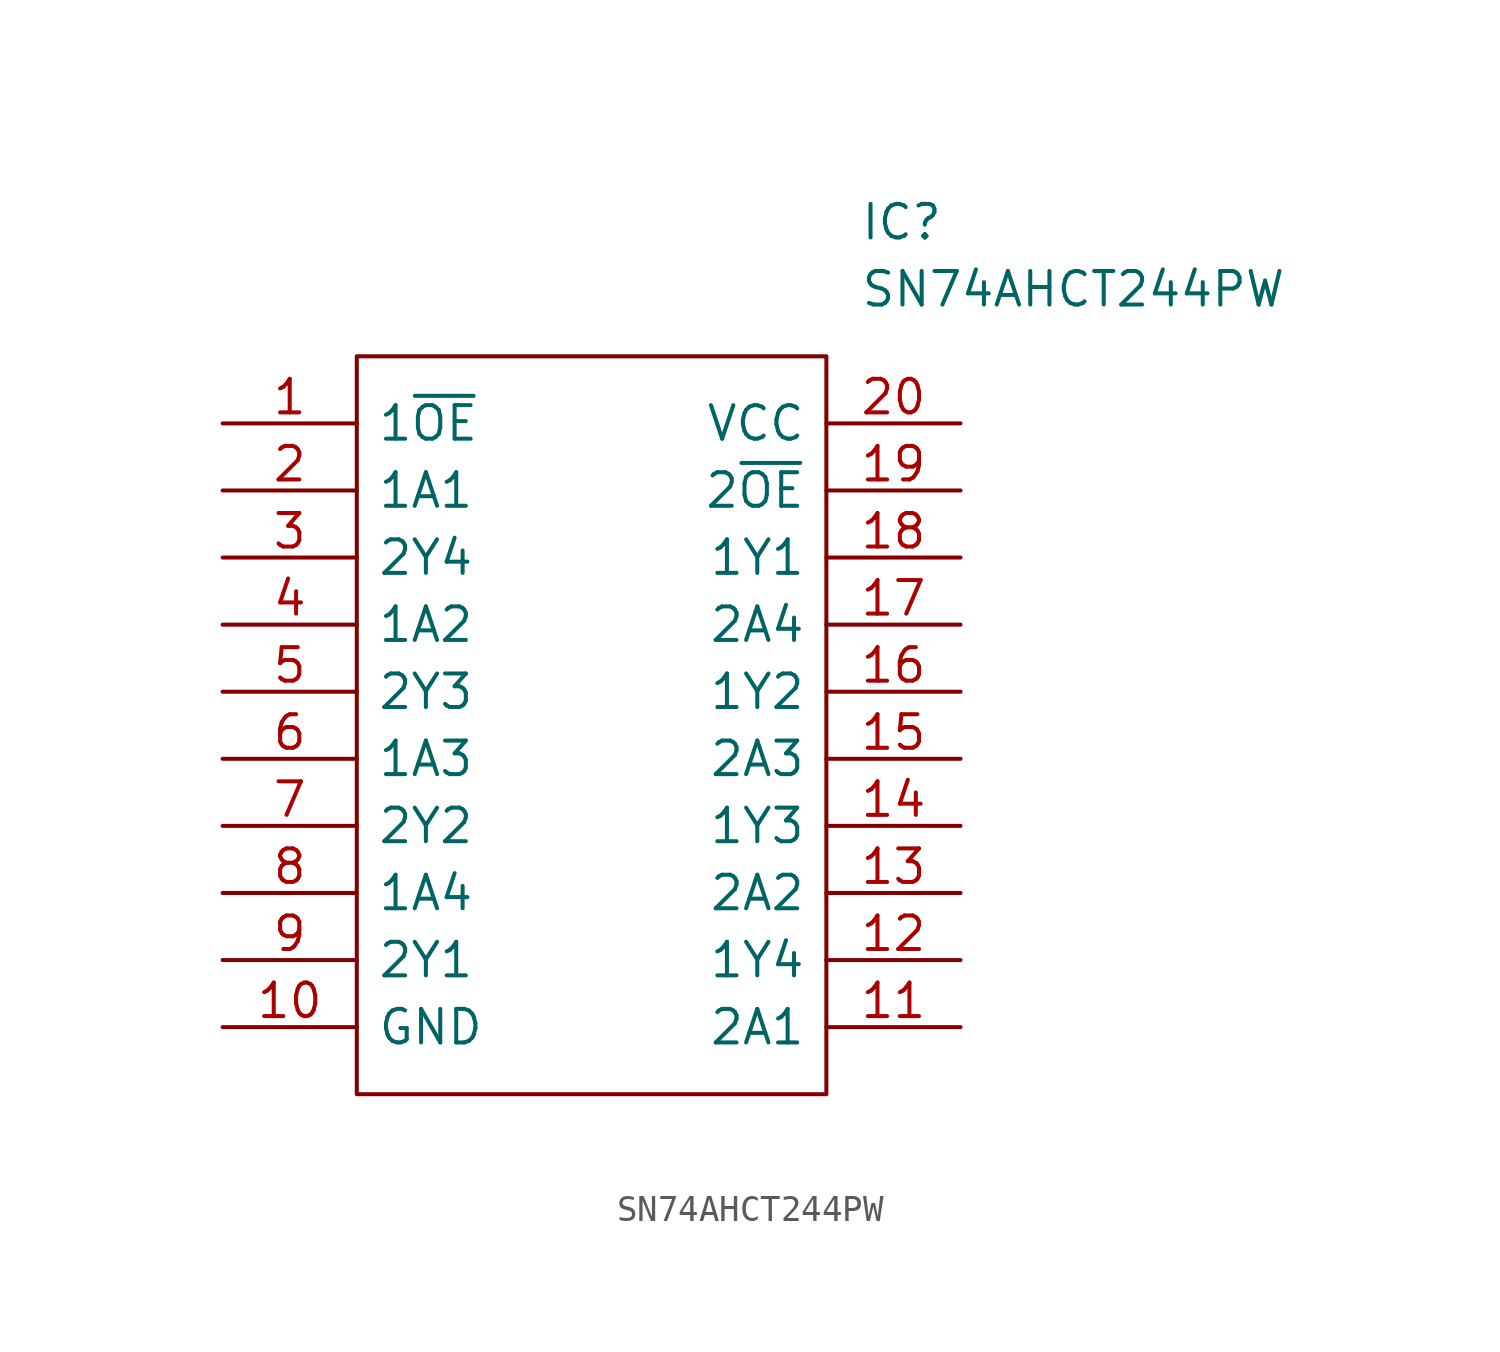
<source format=kicad_sym>
(kicad_symbol_lib
  (version 20211014)
  (generator kicad_symbol_editor)
  (symbol "SN74AHCT244PW"
    (pin_names
      (offset 0.762))
    (property "Reference" "IC"
      (at 24.13 7.62 0)
      (effects (font (size 1.27 1.27)) (justify left)))
    (property "Value" "SN74AHCT244PW"
      (at 24.13 5.08 0)
      (effects (font (size 1.27 1.27)) (justify left)))
    (symbol "SN74AHCT244PW_0_0"
      (pin passive line (at 0 0 0) (length 5.08) (name "1~{OE}" (effects (font (size 1.27 1.27)))) (number "1" (effects (font (size 1.27 1.27)))))
      (pin passive line (at 0 -22.86 0) (length 5.08) (name "GND" (effects (font (size 1.27 1.27)))) (number "10" (effects (font (size 1.27 1.27)))))
      (pin passive line (at 27.94 -22.86 180) (length 5.08) (name "2A1" (effects (font (size 1.27 1.27)))) (number "11" (effects (font (size 1.27 1.27)))))
      (pin passive line (at 27.94 -20.32 180) (length 5.08) (name "1Y4" (effects (font (size 1.27 1.27)))) (number "12" (effects (font (size 1.27 1.27)))))
      (pin passive line (at 27.94 -17.78 180) (length 5.08) (name "2A2" (effects (font (size 1.27 1.27)))) (number "13" (effects (font (size 1.27 1.27)))))
      (pin passive line (at 27.94 -15.24 180) (length 5.08) (name "1Y3" (effects (font (size 1.27 1.27)))) (number "14" (effects (font (size 1.27 1.27)))))
      (pin passive line (at 27.94 -12.7 180) (length 5.08) (name "2A3" (effects (font (size 1.27 1.27)))) (number "15" (effects (font (size 1.27 1.27)))))
      (pin passive line (at 27.94 -10.16 180) (length 5.08) (name "1Y2" (effects (font (size 1.27 1.27)))) (number "16" (effects (font (size 1.27 1.27)))))
      (pin passive line (at 27.94 -7.62 180) (length 5.08) (name "2A4" (effects (font (size 1.27 1.27)))) (number "17" (effects (font (size 1.27 1.27)))))
      (pin passive line (at 27.94 -5.08 180) (length 5.08) (name "1Y1" (effects (font (size 1.27 1.27)))) (number "18" (effects (font (size 1.27 1.27)))))
      (pin passive line (at 27.94 -2.54 180) (length 5.08) (name "2~{OE}" (effects (font (size 1.27 1.27)))) (number "19" (effects (font (size 1.27 1.27)))))
      (pin passive line (at 0 -2.54 0) (length 5.08) (name "1A1" (effects (font (size 1.27 1.27)))) (number "2" (effects (font (size 1.27 1.27)))))
      (pin passive line (at 27.94 0 180) (length 5.08) (name "VCC" (effects (font (size 1.27 1.27)))) (number "20" (effects (font (size 1.27 1.27)))))
      (pin passive line (at 0 -5.08 0) (length 5.08) (name "2Y4" (effects (font (size 1.27 1.27)))) (number "3" (effects (font (size 1.27 1.27)))))
      (pin passive line (at 0 -7.62 0) (length 5.08) (name "1A2" (effects (font (size 1.27 1.27)))) (number "4" (effects (font (size 1.27 1.27)))))
      (pin passive line (at 0 -10.16 0) (length 5.08) (name "2Y3" (effects (font (size 1.27 1.27)))) (number "5" (effects (font (size 1.27 1.27)))))
      (pin passive line (at 0 -12.7 0) (length 5.08) (name "1A3" (effects (font (size 1.27 1.27)))) (number "6" (effects (font (size 1.27 1.27)))))
      (pin passive line (at 0 -15.24 0) (length 5.08) (name "2Y2" (effects (font (size 1.27 1.27)))) (number "7" (effects (font (size 1.27 1.27)))))
      (pin passive line (at 0 -17.78 0) (length 5.08) (name "1A4" (effects (font (size 1.27 1.27)))) (number "8" (effects (font (size 1.27 1.27)))))
      (pin passive line (at 0 -20.32 0) (length 5.08) (name "2Y1" (effects (font (size 1.27 1.27)))) (number "9" (effects (font (size 1.27 1.27))))))
    (symbol "SN74AHCT244PW_0_1"
      (polyline (pts (xy 5.08 2.54) (xy 22.86 2.54) (xy 22.86 -25.4) (xy 5.08 -25.4) (xy 5.08 2.54)) (stroke (width 0.152) (type default) (color 0 0 0 0)) (fill (type none))))))
</source>
